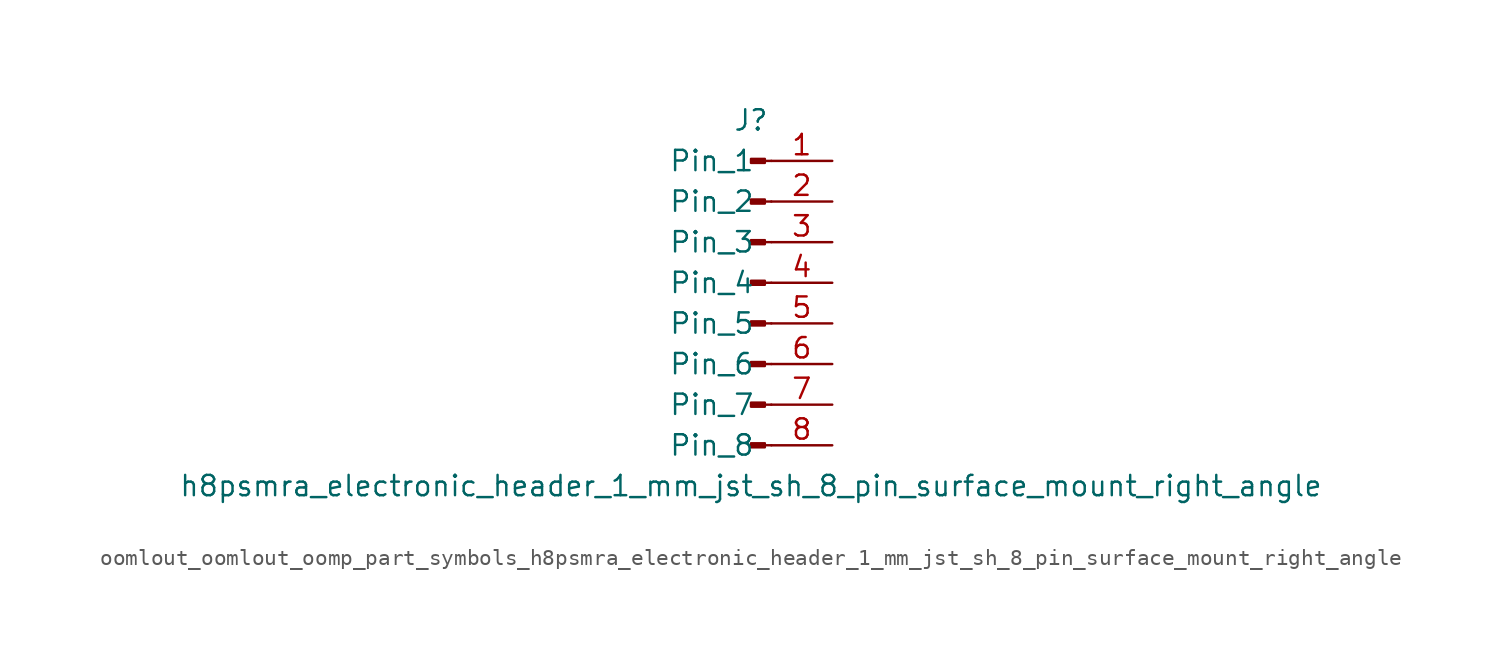
<source format=kicad_sym>
(kicad_symbol_lib
  (version 20220914)
  (generator kicad_symbol_editor)
  (symbol "oomlout_oomlout_oomp_part_symbols_h8psmra_electronic_header_1_mm_jst_sh_8_pin_surface_mount_right_angle"
    (pin_names
      (offset 1.016))
    (property "Reference" "J"
      (at 0 10.16 0)
      (effects (font (size 1.27 1.27))))
    (property "Value" "h8psmra_electronic_header_1_mm_jst_sh_8_pin_surface_mount_right_angle"
      (at 0 -12.7 0)
      (effects (font (size 1.27 1.27))))
    (property "ki_locked" ""
      (at 0 0 0)
      (effects (font (size 1.27 1.27))))
    (symbol "oomlout_oomlout_oomp_part_symbols_h8psmra_electronic_header_1_mm_jst_sh_8_pin_surface_mount_right_angle_1_1"
      (polyline (pts (xy 1.27 -10.16) (xy 0.864 -10.16)) (stroke (width 0.152) (type default)) (fill (type none)))
      (polyline (pts (xy 1.27 -7.62) (xy 0.864 -7.62)) (stroke (width 0.152) (type default)) (fill (type none)))
      (polyline (pts (xy 1.27 -5.08) (xy 0.864 -5.08)) (stroke (width 0.152) (type default)) (fill (type none)))
      (polyline (pts (xy 1.27 -2.54) (xy 0.864 -2.54)) (stroke (width 0.152) (type default)) (fill (type none)))
      (polyline (pts (xy 1.27 0) (xy 0.864 0)) (stroke (width 0.152) (type default)) (fill (type none)))
      (polyline (pts (xy 1.27 2.54) (xy 0.864 2.54)) (stroke (width 0.152) (type default)) (fill (type none)))
      (polyline (pts (xy 1.27 5.08) (xy 0.864 5.08)) (stroke (width 0.152) (type default)) (fill (type none)))
      (polyline (pts (xy 1.27 7.62) (xy 0.864 7.62)) (stroke (width 0.152) (type default)) (fill (type none)))
      (rectangle (start 0.864 -10.033) (end 0 -10.287) (stroke (width 0.152) (type default)) (fill (type outline)))
      (rectangle (start 0.864 -7.493) (end 0 -7.747) (stroke (width 0.152) (type default)) (fill (type outline)))
      (rectangle (start 0.864 -4.953) (end 0 -5.207) (stroke (width 0.152) (type default)) (fill (type outline)))
      (rectangle (start 0.864 -2.413) (end 0 -2.667) (stroke (width 0.152) (type default)) (fill (type outline)))
      (rectangle (start 0.864 0.127) (end 0 -0.127) (stroke (width 0.152) (type default)) (fill (type outline)))
      (rectangle (start 0.864 2.667) (end 0 2.413) (stroke (width 0.152) (type default)) (fill (type outline)))
      (rectangle (start 0.864 5.207) (end 0 4.953) (stroke (width 0.152) (type default)) (fill (type outline)))
      (rectangle (start 0.864 7.747) (end 0 7.493) (stroke (width 0.152) (type default)) (fill (type outline)))
      (pin passive line (at 5.08 7.62 180) (length 3.81) (name "Pin_1" (effects (font (size 1.27 1.27)))) (number "1" (effects (font (size 1.27 1.27)))))
      (pin passive line (at 5.08 5.08 180) (length 3.81) (name "Pin_2" (effects (font (size 1.27 1.27)))) (number "2" (effects (font (size 1.27 1.27)))))
      (pin passive line (at 5.08 2.54 180) (length 3.81) (name "Pin_3" (effects (font (size 1.27 1.27)))) (number "3" (effects (font (size 1.27 1.27)))))
      (pin passive line (at 5.08 0 180) (length 3.81) (name "Pin_4" (effects (font (size 1.27 1.27)))) (number "4" (effects (font (size 1.27 1.27)))))
      (pin passive line (at 5.08 -2.54 180) (length 3.81) (name "Pin_5" (effects (font (size 1.27 1.27)))) (number "5" (effects (font (size 1.27 1.27)))))
      (pin passive line (at 5.08 -5.08 180) (length 3.81) (name "Pin_6" (effects (font (size 1.27 1.27)))) (number "6" (effects (font (size 1.27 1.27)))))
      (pin passive line (at 5.08 -7.62 180) (length 3.81) (name "Pin_7" (effects (font (size 1.27 1.27)))) (number "7" (effects (font (size 1.27 1.27)))))
      (pin passive line (at 5.08 -10.16 180) (length 3.81) (name "Pin_8" (effects (font (size 1.27 1.27)))) (number "8" (effects (font (size 1.27 1.27))))))))
</source>
